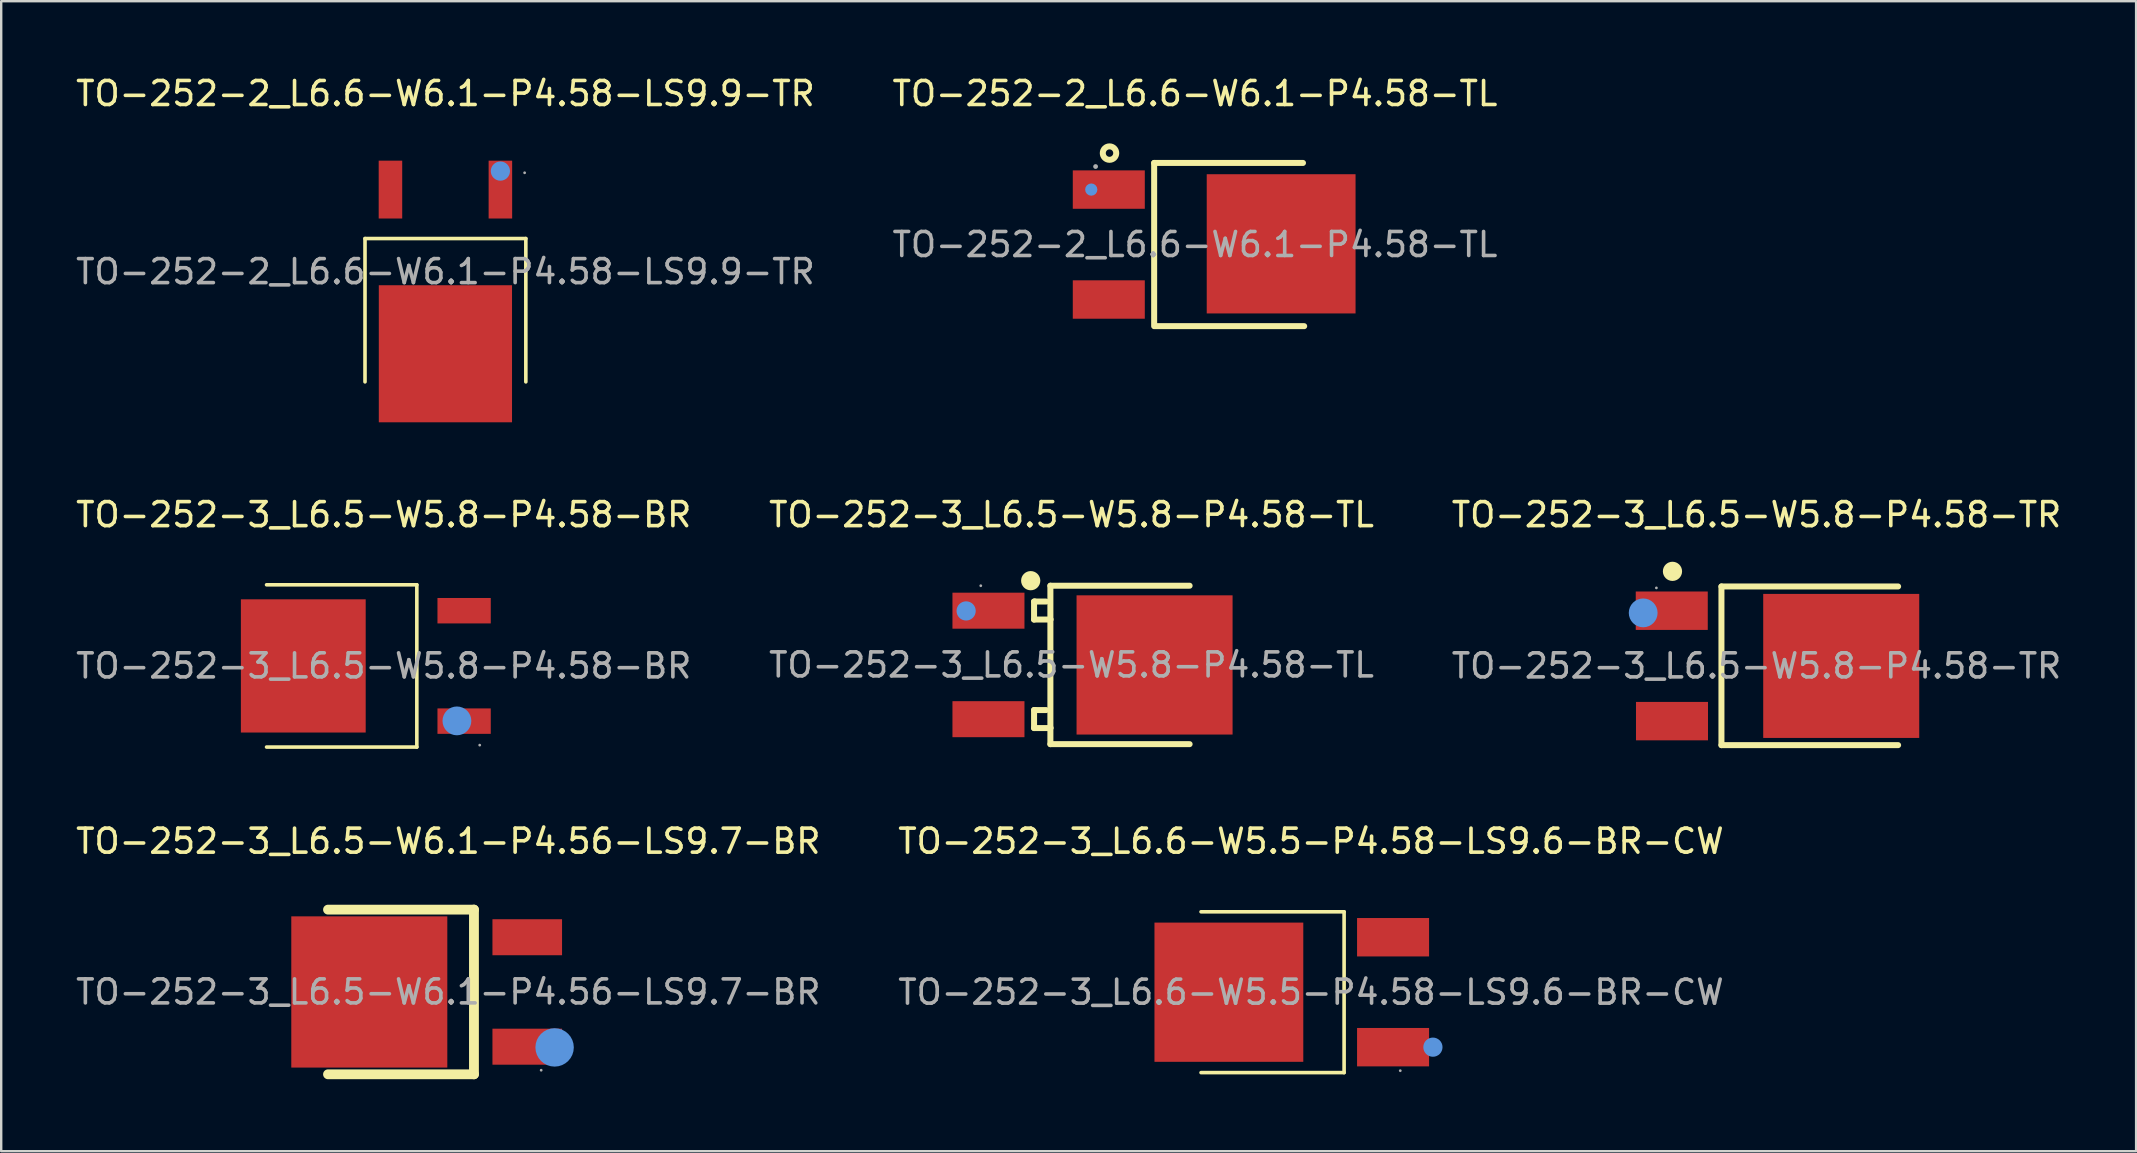
<source format=kicad_pcb>
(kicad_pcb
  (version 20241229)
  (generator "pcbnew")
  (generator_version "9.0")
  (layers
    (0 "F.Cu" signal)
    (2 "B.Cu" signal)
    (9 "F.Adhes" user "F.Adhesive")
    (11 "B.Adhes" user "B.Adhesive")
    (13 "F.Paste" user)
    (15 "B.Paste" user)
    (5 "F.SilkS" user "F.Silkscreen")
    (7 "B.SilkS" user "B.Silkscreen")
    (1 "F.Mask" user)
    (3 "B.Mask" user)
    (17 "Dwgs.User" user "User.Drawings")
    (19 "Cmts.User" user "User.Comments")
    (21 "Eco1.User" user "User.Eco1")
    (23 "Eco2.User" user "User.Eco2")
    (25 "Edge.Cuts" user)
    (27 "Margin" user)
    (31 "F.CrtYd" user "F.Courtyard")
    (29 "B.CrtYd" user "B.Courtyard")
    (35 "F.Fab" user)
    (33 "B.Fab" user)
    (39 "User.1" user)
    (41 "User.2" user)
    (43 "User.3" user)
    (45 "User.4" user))
  (footprint "TO-252-3_L6.6-W5.5-P4.58-LS9.6-BR-CW"
    (layer "F.Cu")
    (at 51.565 38.285)
    (property "Reference" "TO-252-3_L6.6-W5.5-P4.58-LS9.6-BR-CW" (at 0 -6.29 0) (layer "F.SilkS") (effects (font (size 1 1) (thickness 0.15))))
    (attr through_hole)
    (fp_line (start -4.58 -3.35) (end 1.38 -3.35) (stroke (width 0.15) (type solid)) (layer "F.SilkS"))
    (fp_line (start -4.58 3.35) (end 1.38 3.35) (stroke (width 0.15) (type solid)) (layer "F.SilkS"))
    (fp_line (start 1.38 3.35) (end 1.38 -3.35) (stroke (width 0.15) (type solid)) (layer "F.SilkS"))
    (fp_circle (center 5.08 2.29) (end 5.28 2.29) (stroke (width 0.4) (type solid)) (fill no) (layer "Cmts.User"))
    (fp_circle (center 3.72 3.27) (end 3.75 3.27) (stroke (width 0.06) (type solid)) (fill no) (layer "F.Fab"))
    (fp_text user "${REFERENCE}" (at 0 0 0) (layer "F.Fab") (effects (font (size 1 1) (thickness 0.15))))
    (pad "1" smd rect (at 3.42 2.29) (size 3 1.6) (layers "F.Cu" "F.Mask" "F.Paste"))
    (pad "2" smd rect (at -3.42 0) (size 6.2 5.8) (layers "F.Cu" "F.Mask" "F.Paste"))
    (pad "3" smd rect (at 3.42 -2.29) (size 3 1.6) (layers "F.Cu" "F.Mask" "F.Paste")))
  (footprint "TO-252-2_L6.6-W6.1-P4.58-LS9.9-TR"
    (layer "F.Cu")
    (at 15.506 8.268)
    (property "Reference" "TO-252-2_L6.6-W6.1-P4.58-LS9.9-TR" (at 0 -7.42 0) (layer "F.SilkS") (effects (font (size 1 1) (thickness 0.15))))
    (attr through_hole)
    (fp_line (start -3.35 4.59) (end -3.35 -1.38) (stroke (width 0.15) (type solid)) (layer "F.SilkS"))
    (fp_line (start 3.35 -1.38) (end -3.35 -1.38) (stroke (width 0.15) (type solid)) (layer "F.SilkS"))
    (fp_line (start 3.35 4.59) (end 3.35 -1.38) (stroke (width 0.15) (type solid)) (layer "F.SilkS"))
    (fp_circle (center 2.29 -4.19) (end 2.49 -4.19) (stroke (width 0.4) (type solid)) (fill no) (layer "Cmts.User"))
    (fp_circle (center 3.3 -4.12) (end 3.33 -4.12) (stroke (width 0.06) (type solid)) (fill no) (layer "F.Fab"))
    (fp_text user "${REFERENCE}" (at 0 0 0) (layer "F.Fab") (effects (font (size 1 1) (thickness 0.15))))
    (pad "1" smd rect (at 2.29 -3.42 90) (size 2.41 0.98) (layers "F.Cu" "F.Mask" "F.Paste"))
    (pad "3" smd rect (at -2.29 -3.42 90) (size 2.41 0.98) (layers "F.Cu" "F.Mask" "F.Paste"))
    (pad "4" smd rect (at 0 3.42 90) (size 5.71 5.55) (layers "F.Cu" "F.Mask" "F.Paste")))
  (footprint "TO-252-3_L6.5-W5.8-P4.58-TR"
    (layer "F.Cu")
    (at 70.125 24.692)
    (property "Reference" "TO-252-3_L6.5-W5.8-P4.58-TR" (at 0 -6.3 0) (layer "F.SilkS") (effects (font (size 1 1) (thickness 0.15))))
    (attr through_hole)
    (fp_line (start -1.46 -3.31) (end -1.46 3.3) (stroke (width 0.25) (type solid)) (layer "F.SilkS"))
    (fp_line (start -1.46 -3.31) (end 5.9 -3.31) (stroke (width 0.25) (type solid)) (layer "F.SilkS"))
    (fp_line (start -1.46 3.3) (end 5.9 3.3) (stroke (width 0.25) (type solid)) (layer "F.SilkS"))
    (fp_arc (start -3.5 -3.94) (mid -3.5 -3.94) (end -3.5 -3.94) (stroke (width 0.4) (type solid)) (layer "F.SilkS"))
    (fp_circle (center -4.72 -2.21) (end -4.42 -2.21) (stroke (width 0.6) (type solid)) (fill no) (layer "Cmts.User"))
    (fp_circle (center -4.17 -3.25) (end -4.14 -3.25) (stroke (width 0.06) (type solid)) (fill no) (layer "F.Fab"))
    (fp_text user "${REFERENCE}" (at 0 0 0) (layer "F.Fab") (effects (font (size 1 1) (thickness 0.15))))
    (pad "1" smd rect (at -3.53 -2.3 270) (size 1.6 3) (layers "F.Cu" "F.Mask" "F.Paste"))
    (pad "2" smd rect (at 3.53 0 270) (size 6 6.5) (layers "F.Cu" "F.Mask" "F.Paste"))
    (pad "3" smd rect (at -3.52 2.3 270) (size 1.6 3) (layers "F.Cu" "F.Mask" "F.Paste")))
  (footprint "TO-252-2_L6.6-W6.1-P4.58-TL"
    (layer "F.Cu")
    (at 46.732 7.138)
    (property "Reference" "TO-252-2_L6.6-W6.1-P4.58-TL" (at 0 -6.29 0) (layer "F.SilkS") (effects (font (size 1 1) (thickness 0.15))))
    (attr through_hole)
    (fp_line (start -1.7 -3.4) (end 4.5 -3.4) (stroke (width 0.25) (type solid)) (layer "F.SilkS"))
    (fp_line (start -1.7 3.4) (end -1.7 -3.4) (stroke (width 0.25) (type solid)) (layer "F.SilkS"))
    (fp_line (start -1.64 3.4) (end 4.55 3.4) (stroke (width 0.25) (type solid)) (layer "F.SilkS"))
    (fp_circle (center -3.56 -3.81) (end -3.28 -3.81) (stroke (width 0.25) (type solid)) (fill no) (layer "F.SilkS"))
    (fp_circle (center -4.32 -2.29) (end -4.19 -2.29) (stroke (width 0.25) (type solid)) (fill no) (layer "Cmts.User"))
    (fp_circle (center -4.14 -3.25) (end -4.09 -3.25) (stroke (width 0.1) (type solid)) (fill no) (layer "F.Fab"))
    (fp_text user "${REFERENCE}" (at 0 0 0) (layer "F.Fab") (effects (font (size 1 1) (thickness 0.15))))
    (pad "1" smd rect (at -3.59 -2.29 270) (size 1.6 3) (layers "F.Cu" "F.Mask" "F.Paste"))
    (pad "2" smd rect (at 3.59 -0.03 270) (size 5.8 6.2) (layers "F.Cu" "F.Mask" "F.Paste"))
    (pad "3" smd rect (at -3.59 2.29 270) (size 1.6 3) (layers "F.Cu" "F.Mask" "F.Paste")))
  (footprint "TO-252-3_L6.5-W6.1-P4.56-LS9.7-BR"
    (layer "F.Cu")
    (at 15.625 38.275)
    (property "Reference" "TO-252-3_L6.5-W6.1-P4.56-LS9.7-BR" (at 0 -6.28 0) (layer "F.SilkS") (effects (font (size 1 1) (thickness 0.15))))
    (attr through_hole)
    (fp_line (start -5.01 -3.43) (end 1.07 -3.43) (stroke (width 0.41) (type solid)) (layer "F.SilkS"))
    (fp_line (start 1.07 -3.43) (end 1.07 3.43) (stroke (width 0.41) (type solid)) (layer "F.SilkS"))
    (fp_line (start 1.07 3.43) (end -5.01 3.43) (stroke (width 0.41) (type solid)) (layer "F.SilkS"))
    (fp_circle (center 4.43 2.31) (end 4.83 2.31) (stroke (width 0.8) (type solid)) (fill no) (layer "Cmts.User"))
    (fp_circle (center 3.87 3.26) (end 3.9 3.26) (stroke (width 0.06) (type solid)) (fill no) (layer "F.Fab"))
    (fp_text user "${REFERENCE}" (at 0 0 0) (layer "F.Fab") (effects (font (size 1 1) (thickness 0.15))))
    (pad "1" smd rect (at 3.29 2.28) (size 2.9 1.5) (layers "F.Cu" "F.Mask" "F.Paste"))
    (pad "2" smd rect (at -3.29 0) (size 6.5 6.3) (layers "F.Cu" "F.Mask" "F.Paste"))
    (pad "3" smd rect (at 3.29 -2.28) (size 2.9 1.5) (layers "F.Cu" "F.Mask" "F.Paste")))
  (footprint "TO-252-3_L6.5-W5.8-P4.58-TL"
    (layer "F.Cu")
    (at 41.589 24.651)
    (property "Reference" "TO-252-3_L6.5-W5.8-P4.58-TL" (at 0 -6.26 0) (layer "F.SilkS") (effects (font (size 1 1) (thickness 0.15))))
    (attr through_hole)
    (fp_line (start -1.56 -2.64) (end -1.56 -1.89) (stroke (width 0.25) (type solid)) (layer "F.SilkS"))
    (fp_line (start -1.56 -1.89) (end -0.88 -1.89) (stroke (width 0.25) (type solid)) (layer "F.SilkS"))
    (fp_line (start -1.56 1.88) (end -1.56 2.63) (stroke (width 0.25) (type solid)) (layer "F.SilkS"))
    (fp_line (start -1.56 2.63) (end -0.88 2.63) (stroke (width 0.25) (type solid)) (layer "F.SilkS"))
    (fp_line (start -1.52 -2.64) (end -1.56 -2.64) (stroke (width 0.25) (type solid)) (layer "F.SilkS"))
    (fp_line (start -1.52 1.88) (end -1.56 1.88) (stroke (width 0.25) (type solid)) (layer "F.SilkS"))
    (fp_line (start -1.06 -2.64) (end -1.52 -2.64) (stroke (width 0.25) (type solid)) (layer "F.SilkS"))
    (fp_line (start -1.06 1.88) (end -1.52 1.88) (stroke (width 0.25) (type solid)) (layer "F.SilkS"))
    (fp_line (start -0.88 -3.3) (end -0.88 3.3) (stroke (width 0.25) (type solid)) (layer "F.SilkS"))
    (fp_line (start -0.88 -1.89) (end -0.88 -1.91) (stroke (width 0.25) (type solid)) (layer "F.SilkS"))
    (fp_line (start -0.88 2.63) (end -0.88 2.61) (stroke (width 0.25) (type solid)) (layer "F.SilkS"))
    (fp_line (start -0.88 3.3) (end 4.92 3.3) (stroke (width 0.25) (type solid)) (layer "F.SilkS"))
    (fp_line (start 4.92 -3.3) (end -0.88 -3.3) (stroke (width 0.25) (type solid)) (layer "F.SilkS"))
    (fp_arc (start -1.7 -3.51) (mid -1.7 -3.51) (end -1.7 -3.51) (stroke (width 0.4) (type solid)) (layer "F.SilkS"))
    (fp_circle (center -4.39 -2.25) (end -4.19 -2.25) (stroke (width 0.4) (type solid)) (fill no) (layer "Cmts.User"))
    (fp_circle (center -3.78 -3.3) (end -3.75 -3.3) (stroke (width 0.06) (type solid)) (fill no) (layer "F.Fab"))
    (fp_text user "${REFERENCE}" (at 0 0 0) (layer "F.Fab") (effects (font (size 1 1) (thickness 0.15))))
    (pad "1" smd rect (at -3.46 -2.26) (size 3 1.5) (layers "F.Cu" "F.Mask" "F.Paste"))
    (pad "2" smd rect (at 3.46 0) (size 6.5 5.8) (layers "F.Cu" "F.Mask" "F.Paste"))
    (pad "3" smd rect (at -3.46 2.26) (size 3 1.5) (layers "F.Cu" "F.Mask" "F.Paste")))
  (footprint "TO-252-3_L6.5-W5.8-P4.58-BR"
    (layer "F.Cu")
    (at 12.935 24.692)
    (property "Reference" "TO-252-3_L6.5-W5.8-P4.58-BR" (at 0 -6.3 0) (layer "F.SilkS") (effects (font (size 1 1) (thickness 0.15))))
    (attr through_hole)
    (fp_line (start -4.88 -3.38) (end 1.38 -3.38) (stroke (width 0.15) (type solid)) (layer "F.SilkS"))
    (fp_line (start -4.88 3.38) (end 1.38 3.38) (stroke (width 0.15) (type solid)) (layer "F.SilkS"))
    (fp_line (start 1.38 3.38) (end 1.38 -3.38) (stroke (width 0.15) (type solid)) (layer "F.SilkS"))
    (fp_circle (center 3.05 2.29) (end 3.35 2.29) (stroke (width 0.6) (type solid)) (fill no) (layer "Cmts.User"))
    (fp_circle (center 4 3.3) (end 4.03 3.3) (stroke (width 0.06) (type solid)) (fill no) (layer "F.Fab"))
    (fp_text user "${REFERENCE}" (at 0 0 0) (layer "F.Fab") (effects (font (size 1 1) (thickness 0.15))))
    (pad "1" smd rect (at 3.35 2.3) (size 2.22 1.06) (layers "F.Cu" "F.Mask" "F.Paste"))
    (pad "2" smd rect (at -3.35 0) (size 5.2 5.55) (layers "F.Cu" "F.Mask" "F.Paste"))
    (pad "3" smd rect (at 3.35 -2.3) (size 2.22 1.06) (layers "F.Cu" "F.Mask" "F.Paste")))
  (gr_rect
    (start -3 -3)
    (end 85.94 44.91)
    (stroke (width 0.1) (type default))
    (fill no)
    (layer "Edge.Cuts")))
</source>
